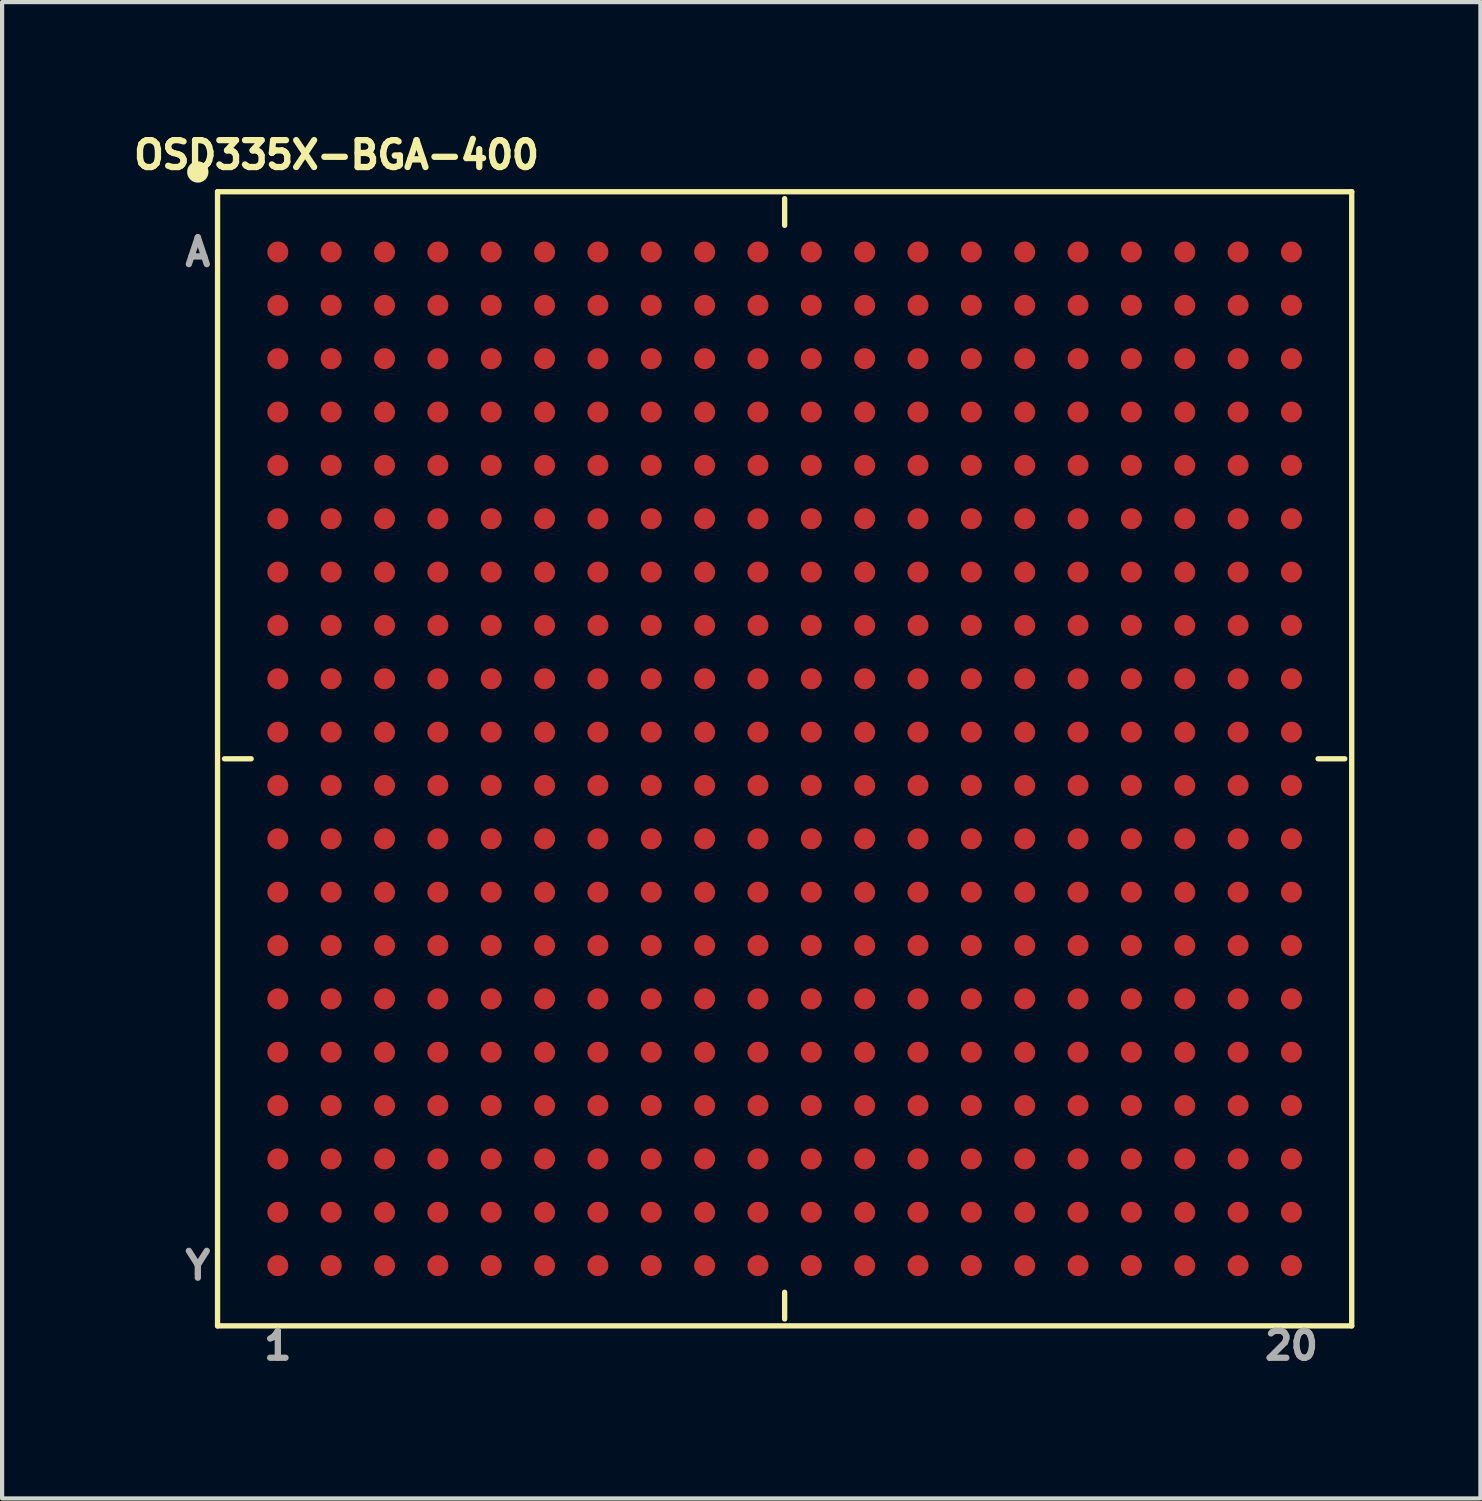
<source format=kicad_pcb>
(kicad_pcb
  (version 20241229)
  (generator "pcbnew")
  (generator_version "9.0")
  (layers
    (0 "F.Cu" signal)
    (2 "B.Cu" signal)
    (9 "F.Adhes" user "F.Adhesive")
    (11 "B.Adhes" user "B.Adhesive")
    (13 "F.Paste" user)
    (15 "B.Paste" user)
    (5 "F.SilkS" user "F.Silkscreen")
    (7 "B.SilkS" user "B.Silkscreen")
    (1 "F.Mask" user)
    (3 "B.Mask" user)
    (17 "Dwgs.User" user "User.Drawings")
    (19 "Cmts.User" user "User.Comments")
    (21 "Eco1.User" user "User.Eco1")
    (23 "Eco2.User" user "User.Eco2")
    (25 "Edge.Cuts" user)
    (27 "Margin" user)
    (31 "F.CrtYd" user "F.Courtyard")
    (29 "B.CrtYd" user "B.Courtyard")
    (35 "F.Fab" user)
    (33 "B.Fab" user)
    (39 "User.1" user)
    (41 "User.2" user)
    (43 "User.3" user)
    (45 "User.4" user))
  (footprint "OSD335X-BGA-400"
    (layer "F.Cu")
    (at 15.629 15.014)
    (property "Reference" "OSD335X-BGA-400" (at -10.668 -14.376 0) (layer "F.SilkS") (effects (font (size 0.64 0.64) (thickness 0.15))))
    (attr through_hole)
    (fp_line (start -13.5 -13.5) (end -13.5 13.5) (stroke (width 0.127) (type solid)) (layer "F.SilkS"))
    (fp_line (start -13.5 13.5) (end 13.5 13.5) (stroke (width 0.127) (type solid)) (layer "F.SilkS"))
    (fp_line (start -12.7 0) (end -13.335 0) (stroke (width 0.127) (type solid)) (layer "F.SilkS"))
    (fp_line (start 0 -13.335) (end 0 -12.7) (stroke (width 0.127) (type solid)) (layer "F.SilkS"))
    (fp_line (start 0 12.7) (end 0 13.335) (stroke (width 0.127) (type solid)) (layer "F.SilkS"))
    (fp_line (start 12.7 0) (end 13.335 0) (stroke (width 0.127) (type solid)) (layer "F.SilkS"))
    (fp_line (start 13.5 -13.5) (end -13.5 -13.5) (stroke (width 0.127) (type solid)) (layer "F.SilkS"))
    (fp_line (start 13.5 13.5) (end 13.5 -13.5) (stroke (width 0.127) (type solid)) (layer "F.SilkS"))
    (fp_circle (center -13.97 -13.97) (end -13.843 -13.97) (stroke (width 0.254) (type solid)) (fill no) (layer "F.SilkS"))
    (fp_text user "20" (at 12.065 13.97 0) (layer "F.Fab") (effects (font (size 0.64 0.64) (thickness 0.15))))
    (fp_text user "A" (at -13.97 -12.065 0) (layer "F.Fab") (effects (font (size 0.64 0.64) (thickness 0.15))))
    (fp_text user "Y" (at -13.97 12.065 0) (layer "F.Fab") (effects (font (size 0.64 0.64) (thickness 0.15))))
    (fp_text user "1" (at -12.065 13.97 0) (layer "F.Fab") (effects (font (size 0.64 0.64) (thickness 0.15))))
    (pad "A1" smd circle (at -12.065 -12.065 270) (size 0.5 0.5) (layers "F.Cu" "F.Mask" "F.Paste"))
    (pad "A2" smd circle (at -10.795 -12.065) (size 0.5 0.5) (layers "F.Cu" "F.Mask" "F.Paste"))
    (pad "A3" smd circle (at -9.525 -12.065) (size 0.5 0.5) (layers "F.Cu" "F.Mask" "F.Paste"))
    (pad "A4" smd circle (at -8.255 -12.065) (size 0.5 0.5) (layers "F.Cu" "F.Mask" "F.Paste"))
    (pad "A5" smd circle (at -6.985 -12.065) (size 0.5 0.5) (layers "F.Cu" "F.Mask" "F.Paste"))
    (pad "A6" smd circle (at -5.715 -12.065) (size 0.5 0.5) (layers "F.Cu" "F.Mask" "F.Paste"))
    (pad "A7" smd circle (at -4.445 -12.065) (size 0.5 0.5) (layers "F.Cu" "F.Mask" "F.Paste"))
    (pad "A8" smd circle (at -3.175 -12.065) (size 0.5 0.5) (layers "F.Cu" "F.Mask" "F.Paste"))
    (pad "A9" smd circle (at -1.905 -12.065) (size 0.5 0.5) (layers "F.Cu" "F.Mask" "F.Paste"))
    (pad "A10" smd circle (at -0.635 -12.065) (size 0.5 0.5) (layers "F.Cu" "F.Mask" "F.Paste"))
    (pad "A11" smd circle (at 0.635 -12.065) (size 0.5 0.5) (layers "F.Cu" "F.Mask" "F.Paste"))
    (pad "A12" smd circle (at 1.905 -12.065) (size 0.5 0.5) (layers "F.Cu" "F.Mask" "F.Paste"))
    (pad "A13" smd circle (at 3.175 -12.065) (size 0.5 0.5) (layers "F.Cu" "F.Mask" "F.Paste"))
    (pad "A14" smd circle (at 4.445 -12.065) (size 0.5 0.5) (layers "F.Cu" "F.Mask" "F.Paste"))
    (pad "A15" smd circle (at 5.715 -12.065) (size 0.5 0.5) (layers "F.Cu" "F.Mask" "F.Paste"))
    (pad "A16" smd circle (at 6.985 -12.065) (size 0.5 0.5) (layers "F.Cu" "F.Mask" "F.Paste"))
    (pad "A17" smd circle (at 8.255 -12.065) (size 0.5 0.5) (layers "F.Cu" "F.Mask" "F.Paste"))
    (pad "A18" smd circle (at 9.525 -12.065) (size 0.5 0.5) (layers "F.Cu" "F.Mask" "F.Paste"))
    (pad "A19" smd circle (at 10.795 -12.065) (size 0.5 0.5) (layers "F.Cu" "F.Mask" "F.Paste"))
    (pad "A20" smd circle (at 12.065 -12.065) (size 0.5 0.5) (layers "F.Cu" "F.Mask" "F.Paste"))
    (pad "B1" smd circle (at -12.065 -10.795) (size 0.5 0.5) (layers "F.Cu" "F.Mask" "F.Paste"))
    (pad "B2" smd circle (at -10.795 -10.795) (size 0.5 0.5) (layers "F.Cu" "F.Mask" "F.Paste"))
    (pad "B3" smd circle (at -9.525 -10.795) (size 0.5 0.5) (layers "F.Cu" "F.Mask" "F.Paste"))
    (pad "B4" smd circle (at -8.255 -10.795) (size 0.5 0.5) (layers "F.Cu" "F.Mask" "F.Paste"))
    (pad "B5" smd circle (at -6.985 -10.795) (size 0.5 0.5) (layers "F.Cu" "F.Mask" "F.Paste"))
    (pad "B6" smd circle (at -5.715 -10.795) (size 0.5 0.5) (layers "F.Cu" "F.Mask" "F.Paste"))
    (pad "B7" smd circle (at -4.445 -10.795) (size 0.5 0.5) (layers "F.Cu" "F.Mask" "F.Paste"))
    (pad "B8" smd circle (at -3.175 -10.795) (size 0.5 0.5) (layers "F.Cu" "F.Mask" "F.Paste"))
    (pad "B9" smd circle (at -1.905 -10.795) (size 0.5 0.5) (layers "F.Cu" "F.Mask" "F.Paste"))
    (pad "B10" smd circle (at -0.635 -10.795) (size 0.5 0.5) (layers "F.Cu" "F.Mask" "F.Paste"))
    (pad "B11" smd circle (at 0.635 -10.795) (size 0.5 0.5) (layers "F.Cu" "F.Mask" "F.Paste"))
    (pad "B12" smd circle (at 1.905 -10.795) (size 0.5 0.5) (layers "F.Cu" "F.Mask" "F.Paste"))
    (pad "B13" smd circle (at 3.175 -10.795) (size 0.5 0.5) (layers "F.Cu" "F.Mask" "F.Paste"))
    (pad "B14" smd circle (at 4.445 -10.795) (size 0.5 0.5) (layers "F.Cu" "F.Mask" "F.Paste"))
    (pad "B15" smd circle (at 5.715 -10.795) (size 0.5 0.5) (layers "F.Cu" "F.Mask" "F.Paste"))
    (pad "B16" smd circle (at 6.985 -10.795) (size 0.5 0.5) (layers "F.Cu" "F.Mask" "F.Paste"))
    (pad "B17" smd circle (at 8.255 -10.795) (size 0.5 0.5) (layers "F.Cu" "F.Mask" "F.Paste"))
    (pad "B18" smd circle (at 9.525 -10.795) (size 0.5 0.5) (layers "F.Cu" "F.Mask" "F.Paste"))
    (pad "B19" smd circle (at 10.795 -10.795) (size 0.5 0.5) (layers "F.Cu" "F.Mask" "F.Paste"))
    (pad "B20" smd circle (at 12.065 -10.795) (size 0.5 0.5) (layers "F.Cu" "F.Mask" "F.Paste"))
    (pad "C1" smd circle (at -12.065 -9.525) (size 0.5 0.5) (layers "F.Cu" "F.Mask" "F.Paste"))
    (pad "C2" smd circle (at -10.795 -9.525) (size 0.5 0.5) (layers "F.Cu" "F.Mask" "F.Paste"))
    (pad "C3" smd circle (at -9.525 -9.525) (size 0.5 0.5) (layers "F.Cu" "F.Mask" "F.Paste"))
    (pad "C4" smd circle (at -8.255 -9.525) (size 0.5 0.5) (layers "F.Cu" "F.Mask" "F.Paste"))
    (pad "C5" smd circle (at -6.985 -9.525) (size 0.5 0.5) (layers "F.Cu" "F.Mask" "F.Paste"))
    (pad "C6" smd circle (at -5.715 -9.525) (size 0.5 0.5) (layers "F.Cu" "F.Mask" "F.Paste"))
    (pad "C7" smd circle (at -4.445 -9.525) (size 0.5 0.5) (layers "F.Cu" "F.Mask" "F.Paste"))
    (pad "C8" smd circle (at -3.175 -9.525) (size 0.5 0.5) (layers "F.Cu" "F.Mask" "F.Paste"))
    (pad "C9" smd circle (at -1.905 -9.525) (size 0.5 0.5) (layers "F.Cu" "F.Mask" "F.Paste"))
    (pad "C10" smd circle (at -0.635 -9.525) (size 0.5 0.5) (layers "F.Cu" "F.Mask" "F.Paste"))
    (pad "C11" smd circle (at 0.635 -9.525) (size 0.5 0.5) (layers "F.Cu" "F.Mask" "F.Paste"))
    (pad "C12" smd circle (at 1.905 -9.525) (size 0.5 0.5) (layers "F.Cu" "F.Mask" "F.Paste"))
    (pad "C13" smd circle (at 3.175 -9.525) (size 0.5 0.5) (layers "F.Cu" "F.Mask" "F.Paste"))
    (pad "C14" smd circle (at 4.445 -9.525) (size 0.5 0.5) (layers "F.Cu" "F.Mask" "F.Paste"))
    (pad "C15" smd circle (at 5.715 -9.525) (size 0.5 0.5) (layers "F.Cu" "F.Mask" "F.Paste"))
    (pad "C16" smd circle (at 6.985 -9.525) (size 0.5 0.5) (layers "F.Cu" "F.Mask" "F.Paste"))
    (pad "C17" smd circle (at 8.255 -9.525) (size 0.5 0.5) (layers "F.Cu" "F.Mask" "F.Paste"))
    (pad "C18" smd circle (at 9.525 -9.525) (size 0.5 0.5) (layers "F.Cu" "F.Mask" "F.Paste"))
    (pad "C19" smd circle (at 10.795 -9.525) (size 0.5 0.5) (layers "F.Cu" "F.Mask" "F.Paste"))
    (pad "C20" smd circle (at 12.065 -9.525) (size 0.5 0.5) (layers "F.Cu" "F.Mask" "F.Paste"))
    (pad "D1" smd circle (at -12.065 -8.255) (size 0.5 0.5) (layers "F.Cu" "F.Mask" "F.Paste"))
    (pad "D2" smd circle (at -10.795 -8.255) (size 0.5 0.5) (layers "F.Cu" "F.Mask" "F.Paste"))
    (pad "D3" smd circle (at -9.525 -8.255) (size 0.5 0.5) (layers "F.Cu" "F.Mask" "F.Paste"))
    (pad "D4" smd circle (at -8.255 -8.255) (size 0.5 0.5) (layers "F.Cu" "F.Mask" "F.Paste"))
    (pad "D5" smd circle (at -6.985 -8.255) (size 0.5 0.5) (layers "F.Cu" "F.Mask" "F.Paste"))
    (pad "D6" smd circle (at -5.715 -8.255) (size 0.5 0.5) (layers "F.Cu" "F.Mask" "F.Paste"))
    (pad "D7" smd circle (at -4.445 -8.255) (size 0.5 0.5) (layers "F.Cu" "F.Mask" "F.Paste"))
    (pad "D8" smd circle (at -3.175 -8.255) (size 0.5 0.5) (layers "F.Cu" "F.Mask" "F.Paste"))
    (pad "D9" smd circle (at -1.905 -8.255) (size 0.5 0.5) (layers "F.Cu" "F.Mask" "F.Paste"))
    (pad "D10" smd circle (at -0.635 -8.255) (size 0.5 0.5) (layers "F.Cu" "F.Mask" "F.Paste"))
    (pad "D11" smd circle (at 0.635 -8.255) (size 0.5 0.5) (layers "F.Cu" "F.Mask" "F.Paste"))
    (pad "D12" smd circle (at 1.905 -8.255) (size 0.5 0.5) (layers "F.Cu" "F.Mask" "F.Paste"))
    (pad "D13" smd circle (at 3.175 -8.255) (size 0.5 0.5) (layers "F.Cu" "F.Mask" "F.Paste"))
    (pad "D14" smd circle (at 4.445 -8.255) (size 0.5 0.5) (layers "F.Cu" "F.Mask" "F.Paste"))
    (pad "D15" smd circle (at 5.715 -8.255) (size 0.5 0.5) (layers "F.Cu" "F.Mask" "F.Paste"))
    (pad "D16" smd circle (at 6.985 -8.255) (size 0.5 0.5) (layers "F.Cu" "F.Mask" "F.Paste"))
    (pad "D17" smd circle (at 8.255 -8.255) (size 0.5 0.5) (layers "F.Cu" "F.Mask" "F.Paste"))
    (pad "D18" smd circle (at 9.525 -8.255) (size 0.5 0.5) (layers "F.Cu" "F.Mask" "F.Paste"))
    (pad "D19" smd circle (at 10.795 -8.255) (size 0.5 0.5) (layers "F.Cu" "F.Mask" "F.Paste"))
    (pad "D20" smd circle (at 12.065 -8.255) (size 0.5 0.5) (layers "F.Cu" "F.Mask" "F.Paste"))
    (pad "E1" smd circle (at -12.065 -6.985 270) (size 0.5 0.5) (layers "F.Cu" "F.Mask" "F.Paste"))
    (pad "E2" smd circle (at -10.795 -6.985 270) (size 0.5 0.5) (layers "F.Cu" "F.Mask" "F.Paste"))
    (pad "E3" smd circle (at -9.525 -6.985 270) (size 0.5 0.5) (layers "F.Cu" "F.Mask" "F.Paste"))
    (pad "E4" smd circle (at -8.255 -6.985 270) (size 0.5 0.5) (layers "F.Cu" "F.Mask" "F.Paste"))
    (pad "E5" smd circle (at -6.985 -6.985 270) (size 0.5 0.5) (layers "F.Cu" "F.Mask" "F.Paste"))
    (pad "E6" smd circle (at -5.715 -6.985 270) (size 0.5 0.5) (layers "F.Cu" "F.Mask" "F.Paste"))
    (pad "E7" smd circle (at -4.445 -6.985 270) (size 0.5 0.5) (layers "F.Cu" "F.Mask" "F.Paste"))
    (pad "E8" smd circle (at -3.175 -6.985 270) (size 0.5 0.5) (layers "F.Cu" "F.Mask" "F.Paste"))
    (pad "E9" smd circle (at -1.905 -6.985 270) (size 0.5 0.5) (layers "F.Cu" "F.Mask" "F.Paste"))
    (pad "E10" smd circle (at -0.635 -6.985 270) (size 0.5 0.5) (layers "F.Cu" "F.Mask" "F.Paste"))
    (pad "E11" smd circle (at 0.635 -6.985 270) (size 0.5 0.5) (layers "F.Cu" "F.Mask" "F.Paste"))
    (pad "E12" smd circle (at 1.905 -6.985 270) (size 0.5 0.5) (layers "F.Cu" "F.Mask" "F.Paste"))
    (pad "E13" smd circle (at 3.175 -6.985 270) (size 0.5 0.5) (layers "F.Cu" "F.Mask" "F.Paste"))
    (pad "E14" smd circle (at 4.445 -6.985 270) (size 0.5 0.5) (layers "F.Cu" "F.Mask" "F.Paste"))
    (pad "E15" smd circle (at 5.715 -6.985 270) (size 0.5 0.5) (layers "F.Cu" "F.Mask" "F.Paste"))
    (pad "E16" smd circle (at 6.985 -6.985 270) (size 0.5 0.5) (layers "F.Cu" "F.Mask" "F.Paste"))
    (pad "E17" smd circle (at 8.255 -6.985 270) (size 0.5 0.5) (layers "F.Cu" "F.Mask" "F.Paste"))
    (pad "E18" smd circle (at 9.525 -6.985 270) (size 0.5 0.5) (layers "F.Cu" "F.Mask" "F.Paste"))
    (pad "E19" smd circle (at 10.795 -6.985 270) (size 0.5 0.5) (layers "F.Cu" "F.Mask" "F.Paste"))
    (pad "E20" smd circle (at 12.065 -6.985 270) (size 0.5 0.5) (layers "F.Cu" "F.Mask" "F.Paste"))
    (pad "F1" smd circle (at -12.065 -5.715 270) (size 0.5 0.5) (layers "F.Cu" "F.Mask" "F.Paste"))
    (pad "F2" smd circle (at -10.795 -5.715 270) (size 0.5 0.5) (layers "F.Cu" "F.Mask" "F.Paste"))
    (pad "F3" smd circle (at -9.525 -5.715 270) (size 0.5 0.5) (layers "F.Cu" "F.Mask" "F.Paste"))
    (pad "F4" smd circle (at -8.255 -5.715 270) (size 0.5 0.5) (layers "F.Cu" "F.Mask" "F.Paste"))
    (pad "F5" smd circle (at -6.985 -5.715 270) (size 0.5 0.5) (layers "F.Cu" "F.Mask" "F.Paste"))
    (pad "F6" smd circle (at -5.715 -5.715 270) (size 0.5 0.5) (layers "F.Cu" "F.Mask" "F.Paste"))
    (pad "F7" smd circle (at -4.445 -5.715 270) (size 0.5 0.5) (layers "F.Cu" "F.Mask" "F.Paste"))
    (pad "F8" smd circle (at -3.175 -5.715 270) (size 0.5 0.5) (layers "F.Cu" "F.Mask" "F.Paste"))
    (pad "F9" smd circle (at -1.905 -5.715 270) (size 0.5 0.5) (layers "F.Cu" "F.Mask" "F.Paste"))
    (pad "F10" smd circle (at -0.635 -5.715 270) (size 0.5 0.5) (layers "F.Cu" "F.Mask" "F.Paste"))
    (pad "F11" smd circle (at 0.635 -5.715 270) (size 0.5 0.5) (layers "F.Cu" "F.Mask" "F.Paste"))
    (pad "F12" smd circle (at 1.905 -5.715 270) (size 0.5 0.5) (layers "F.Cu" "F.Mask" "F.Paste"))
    (pad "F13" smd circle (at 3.175 -5.715 270) (size 0.5 0.5) (layers "F.Cu" "F.Mask" "F.Paste"))
    (pad "F14" smd circle (at 4.445 -5.715 270) (size 0.5 0.5) (layers "F.Cu" "F.Mask" "F.Paste"))
    (pad "F15" smd circle (at 5.715 -5.715 270) (size 0.5 0.5) (layers "F.Cu" "F.Mask" "F.Paste"))
    (pad "F16" smd circle (at 6.985 -5.715 270) (size 0.5 0.5) (layers "F.Cu" "F.Mask" "F.Paste"))
    (pad "F17" smd circle (at 8.255 -5.715 270) (size 0.5 0.5) (layers "F.Cu" "F.Mask" "F.Paste"))
    (pad "F18" smd circle (at 9.525 -5.715 270) (size 0.5 0.5) (layers "F.Cu" "F.Mask" "F.Paste"))
    (pad "F19" smd circle (at 10.795 -5.715 270) (size 0.5 0.5) (layers "F.Cu" "F.Mask" "F.Paste"))
    (pad "F20" smd circle (at 12.065 -5.715 270) (size 0.5 0.5) (layers "F.Cu" "F.Mask" "F.Paste"))
    (pad "G1" smd circle (at -12.065 -4.445 270) (size 0.5 0.5) (layers "F.Cu" "F.Mask" "F.Paste"))
    (pad "G2" smd circle (at -10.795 -4.445 270) (size 0.5 0.5) (layers "F.Cu" "F.Mask" "F.Paste"))
    (pad "G3" smd circle (at -9.525 -4.445 270) (size 0.5 0.5) (layers "F.Cu" "F.Mask" "F.Paste"))
    (pad "G4" smd circle (at -8.255 -4.445 270) (size 0.5 0.5) (layers "F.Cu" "F.Mask" "F.Paste"))
    (pad "G5" smd circle (at -6.985 -4.445 270) (size 0.5 0.5) (layers "F.Cu" "F.Mask" "F.Paste"))
    (pad "G6" smd circle (at -5.715 -4.445 270) (size 0.5 0.5) (layers "F.Cu" "F.Mask" "F.Paste"))
    (pad "G7" smd circle (at -4.445 -4.445 270) (size 0.5 0.5) (layers "F.Cu" "F.Mask" "F.Paste"))
    (pad "G8" smd circle (at -3.175 -4.445 270) (size 0.5 0.5) (layers "F.Cu" "F.Mask" "F.Paste"))
    (pad "G9" smd circle (at -1.905 -4.445 270) (size 0.5 0.5) (layers "F.Cu" "F.Mask" "F.Paste"))
    (pad "G10" smd circle (at -0.635 -4.445 270) (size 0.5 0.5) (layers "F.Cu" "F.Mask" "F.Paste"))
    (pad "G11" smd circle (at 0.635 -4.445 270) (size 0.5 0.5) (layers "F.Cu" "F.Mask" "F.Paste"))
    (pad "G12" smd circle (at 1.905 -4.445 270) (size 0.5 0.5) (layers "F.Cu" "F.Mask" "F.Paste"))
    (pad "G13" smd circle (at 3.175 -4.445 270) (size 0.5 0.5) (layers "F.Cu" "F.Mask" "F.Paste"))
    (pad "G14" smd circle (at 4.445 -4.445 270) (size 0.5 0.5) (layers "F.Cu" "F.Mask" "F.Paste"))
    (pad "G15" smd circle (at 5.715 -4.445 270) (size 0.5 0.5) (layers "F.Cu" "F.Mask" "F.Paste"))
    (pad "G16" smd circle (at 6.985 -4.445 270) (size 0.5 0.5) (layers "F.Cu" "F.Mask" "F.Paste"))
    (pad "G17" smd circle (at 8.255 -4.445 270) (size 0.5 0.5) (layers "F.Cu" "F.Mask" "F.Paste"))
    (pad "G18" smd circle (at 9.525 -4.445 270) (size 0.5 0.5) (layers "F.Cu" "F.Mask" "F.Paste"))
    (pad "G19" smd circle (at 10.795 -4.445 270) (size 0.5 0.5) (layers "F.Cu" "F.Mask" "F.Paste"))
    (pad "G20" smd circle (at 12.065 -4.445 270) (size 0.5 0.5) (layers "F.Cu" "F.Mask" "F.Paste"))
    (pad "H1" smd circle (at -12.065 -3.175 270) (size 0.5 0.5) (layers "F.Cu" "F.Mask" "F.Paste"))
    (pad "H2" smd circle (at -10.795 -3.175 270) (size 0.5 0.5) (layers "F.Cu" "F.Mask" "F.Paste"))
    (pad "H3" smd circle (at -9.525 -3.175 270) (size 0.5 0.5) (layers "F.Cu" "F.Mask" "F.Paste"))
    (pad "H4" smd circle (at -8.255 -3.175 270) (size 0.5 0.5) (layers "F.Cu" "F.Mask" "F.Paste"))
    (pad "H5" smd circle (at -6.985 -3.175 270) (size 0.5 0.5) (layers "F.Cu" "F.Mask" "F.Paste"))
    (pad "H6" smd circle (at -5.715 -3.175 270) (size 0.5 0.5) (layers "F.Cu" "F.Mask" "F.Paste"))
    (pad "H7" smd circle (at -4.445 -3.175 270) (size 0.5 0.5) (layers "F.Cu" "F.Mask" "F.Paste"))
    (pad "H8" smd circle (at -3.175 -3.175 270) (size 0.5 0.5) (layers "F.Cu" "F.Mask" "F.Paste"))
    (pad "H9" smd circle (at -1.905 -3.175 270) (size 0.5 0.5) (layers "F.Cu" "F.Mask" "F.Paste"))
    (pad "H10" smd circle (at -0.635 -3.175 270) (size 0.5 0.5) (layers "F.Cu" "F.Mask" "F.Paste"))
    (pad "H11" smd circle (at 0.635 -3.175 270) (size 0.5 0.5) (layers "F.Cu" "F.Mask" "F.Paste"))
    (pad "H12" smd circle (at 1.905 -3.175 270) (size 0.5 0.5) (layers "F.Cu" "F.Mask" "F.Paste"))
    (pad "H13" smd circle (at 3.175 -3.175 270) (size 0.5 0.5) (layers "F.Cu" "F.Mask" "F.Paste"))
    (pad "H14" smd circle (at 4.445 -3.175 270) (size 0.5 0.5) (layers "F.Cu" "F.Mask" "F.Paste"))
    (pad "H15" smd circle (at 5.715 -3.175 270) (size 0.5 0.5) (layers "F.Cu" "F.Mask" "F.Paste"))
    (pad "H16" smd circle (at 6.985 -3.175 270) (size 0.5 0.5) (layers "F.Cu" "F.Mask" "F.Paste"))
    (pad "H17" smd circle (at 8.255 -3.175 270) (size 0.5 0.5) (layers "F.Cu" "F.Mask" "F.Paste"))
    (pad "H18" smd circle (at 9.525 -3.175 270) (size 0.5 0.5) (layers "F.Cu" "F.Mask" "F.Paste"))
    (pad "H19" smd circle (at 10.795 -3.175 270) (size 0.5 0.5) (layers "F.Cu" "F.Mask" "F.Paste"))
    (pad "H20" smd circle (at 12.065 -3.175 270) (size 0.5 0.5) (layers "F.Cu" "F.Mask" "F.Paste"))
    (pad "J1" smd circle (at -12.065 -1.905 270) (size 0.5 0.5) (layers "F.Cu" "F.Mask" "F.Paste"))
    (pad "J2" smd circle (at -10.795 -1.905 270) (size 0.5 0.5) (layers "F.Cu" "F.Mask" "F.Paste"))
    (pad "J3" smd circle (at -9.525 -1.905 270) (size 0.5 0.5) (layers "F.Cu" "F.Mask" "F.Paste"))
    (pad "J4" smd circle (at -8.255 -1.905 270) (size 0.5 0.5) (layers "F.Cu" "F.Mask" "F.Paste"))
    (pad "J5" smd circle (at -6.985 -1.905 270) (size 0.5 0.5) (layers "F.Cu" "F.Mask" "F.Paste"))
    (pad "J6" smd circle (at -5.715 -1.905 270) (size 0.5 0.5) (layers "F.Cu" "F.Mask" "F.Paste"))
    (pad "J7" smd circle (at -4.445 -1.905 270) (size 0.5 0.5) (layers "F.Cu" "F.Mask" "F.Paste"))
    (pad "J8" smd circle (at -3.175 -1.905 270) (size 0.5 0.5) (layers "F.Cu" "F.Mask" "F.Paste"))
    (pad "J9" smd circle (at -1.905 -1.905 270) (size 0.5 0.5) (layers "F.Cu" "F.Mask" "F.Paste"))
    (pad "J10" smd circle (at -0.635 -1.905 270) (size 0.5 0.5) (layers "F.Cu" "F.Mask" "F.Paste"))
    (pad "J11" smd circle (at 0.635 -1.905 270) (size 0.5 0.5) (layers "F.Cu" "F.Mask" "F.Paste"))
    (pad "J12" smd circle (at 1.905 -1.905 270) (size 0.5 0.5) (layers "F.Cu" "F.Mask" "F.Paste"))
    (pad "J13" smd circle (at 3.175 -1.905 270) (size 0.5 0.5) (layers "F.Cu" "F.Mask" "F.Paste"))
    (pad "J14" smd circle (at 4.445 -1.905 270) (size 0.5 0.5) (layers "F.Cu" "F.Mask" "F.Paste"))
    (pad "J15" smd circle (at 5.715 -1.905 270) (size 0.5 0.5) (layers "F.Cu" "F.Mask" "F.Paste"))
    (pad "J16" smd circle (at 6.985 -1.905 270) (size 0.5 0.5) (layers "F.Cu" "F.Mask" "F.Paste"))
    (pad "J17" smd circle (at 8.255 -1.905 270) (size 0.5 0.5) (layers "F.Cu" "F.Mask" "F.Paste"))
    (pad "J18" smd circle (at 9.525 -1.905 270) (size 0.5 0.5) (layers "F.Cu" "F.Mask" "F.Paste"))
    (pad "J19" smd circle (at 10.795 -1.905 270) (size 0.5 0.5) (layers "F.Cu" "F.Mask" "F.Paste"))
    (pad "J20" smd circle (at 12.065 -1.905 270) (size 0.5 0.5) (layers "F.Cu" "F.Mask" "F.Paste"))
    (pad "K1" smd circle (at -12.065 -0.635 270) (size 0.5 0.5) (layers "F.Cu" "F.Mask" "F.Paste"))
    (pad "K2" smd circle (at -10.795 -0.635 270) (size 0.5 0.5) (layers "F.Cu" "F.Mask" "F.Paste"))
    (pad "K3" smd circle (at -9.525 -0.635 270) (size 0.5 0.5) (layers "F.Cu" "F.Mask" "F.Paste"))
    (pad "K4" smd circle (at -8.255 -0.635 270) (size 0.5 0.5) (layers "F.Cu" "F.Mask" "F.Paste"))
    (pad "K5" smd circle (at -6.985 -0.635 270) (size 0.5 0.5) (layers "F.Cu" "F.Mask" "F.Paste"))
    (pad "K6" smd circle (at -5.715 -0.635 270) (size 0.5 0.5) (layers "F.Cu" "F.Mask" "F.Paste"))
    (pad "K7" smd circle (at -4.445 -0.635 270) (size 0.5 0.5) (layers "F.Cu" "F.Mask" "F.Paste"))
    (pad "K8" smd circle (at -3.175 -0.635 270) (size 0.5 0.5) (layers "F.Cu" "F.Mask" "F.Paste"))
    (pad "K9" smd circle (at -1.905 -0.635 270) (size 0.5 0.5) (layers "F.Cu" "F.Mask" "F.Paste"))
    (pad "K10" smd circle (at -0.635 -0.635 270) (size 0.5 0.5) (layers "F.Cu" "F.Mask" "F.Paste"))
    (pad "K11" smd circle (at 0.635 -0.635 270) (size 0.5 0.5) (layers "F.Cu" "F.Mask" "F.Paste"))
    (pad "K12" smd circle (at 1.905 -0.635 270) (size 0.5 0.5) (layers "F.Cu" "F.Mask" "F.Paste"))
    (pad "K13" smd circle (at 3.175 -0.635 270) (size 0.5 0.5) (layers "F.Cu" "F.Mask" "F.Paste"))
    (pad "K14" smd circle (at 4.445 -0.635 270) (size 0.5 0.5) (layers "F.Cu" "F.Mask" "F.Paste"))
    (pad "K15" smd circle (at 5.715 -0.635 270) (size 0.5 0.5) (layers "F.Cu" "F.Mask" "F.Paste"))
    (pad "K16" smd circle (at 6.985 -0.635 270) (size 0.5 0.5) (layers "F.Cu" "F.Mask" "F.Paste"))
    (pad "K17" smd circle (at 8.255 -0.635 270) (size 0.5 0.5) (layers "F.Cu" "F.Mask" "F.Paste"))
    (pad "K18" smd circle (at 9.525 -0.635 270) (size 0.5 0.5) (layers "F.Cu" "F.Mask" "F.Paste"))
    (pad "K19" smd circle (at 10.795 -0.635 270) (size 0.5 0.5) (layers "F.Cu" "F.Mask" "F.Paste"))
    (pad "K20" smd circle (at 12.065 -0.635 270) (size 0.5 0.5) (layers "F.Cu" "F.Mask" "F.Paste"))
    (pad "L1" smd circle (at -12.065 0.635 270) (size 0.5 0.5) (layers "F.Cu" "F.Mask" "F.Paste"))
    (pad "L2" smd circle (at -10.795 0.635 270) (size 0.5 0.5) (layers "F.Cu" "F.Mask" "F.Paste"))
    (pad "L3" smd circle (at -9.525 0.635 270) (size 0.5 0.5) (layers "F.Cu" "F.Mask" "F.Paste"))
    (pad "L4" smd circle (at -8.255 0.635 270) (size 0.5 0.5) (layers "F.Cu" "F.Mask" "F.Paste"))
    (pad "L5" smd circle (at -6.985 0.635 270) (size 0.5 0.5) (layers "F.Cu" "F.Mask" "F.Paste"))
    (pad "L6" smd circle (at -5.715 0.635 270) (size 0.5 0.5) (layers "F.Cu" "F.Mask" "F.Paste"))
    (pad "L7" smd circle (at -4.445 0.635 270) (size 0.5 0.5) (layers "F.Cu" "F.Mask" "F.Paste"))
    (pad "L8" smd circle (at -3.175 0.635 270) (size 0.5 0.5) (layers "F.Cu" "F.Mask" "F.Paste"))
    (pad "L9" smd circle (at -1.905 0.635 270) (size 0.5 0.5) (layers "F.Cu" "F.Mask" "F.Paste"))
    (pad "L10" smd circle (at -0.635 0.635 270) (size 0.5 0.5) (layers "F.Cu" "F.Mask" "F.Paste"))
    (pad "L11" smd circle (at 0.635 0.635 270) (size 0.5 0.5) (layers "F.Cu" "F.Mask" "F.Paste"))
    (pad "L12" smd circle (at 1.905 0.635 270) (size 0.5 0.5) (layers "F.Cu" "F.Mask" "F.Paste"))
    (pad "L13" smd circle (at 3.175 0.635 270) (size 0.5 0.5) (layers "F.Cu" "F.Mask" "F.Paste"))
    (pad "L14" smd circle (at 4.445 0.635 270) (size 0.5 0.5) (layers "F.Cu" "F.Mask" "F.Paste"))
    (pad "L15" smd circle (at 5.715 0.635 270) (size 0.5 0.5) (layers "F.Cu" "F.Mask" "F.Paste"))
    (pad "L16" smd circle (at 6.985 0.635 270) (size 0.5 0.5) (layers "F.Cu" "F.Mask" "F.Paste"))
    (pad "L17" smd circle (at 8.255 0.635 270) (size 0.5 0.5) (layers "F.Cu" "F.Mask" "F.Paste"))
    (pad "L18" smd circle (at 9.525 0.635 270) (size 0.5 0.5) (layers "F.Cu" "F.Mask" "F.Paste"))
    (pad "L19" smd circle (at 10.795 0.635 270) (size 0.5 0.5) (layers "F.Cu" "F.Mask" "F.Paste"))
    (pad "L20" smd circle (at 12.065 0.635 270) (size 0.5 0.5) (layers "F.Cu" "F.Mask" "F.Paste"))
    (pad "M1" smd circle (at -12.065 1.905 270) (size 0.5 0.5) (layers "F.Cu" "F.Mask" "F.Paste"))
    (pad "M2" smd circle (at -10.795 1.905 270) (size 0.5 0.5) (layers "F.Cu" "F.Mask" "F.Paste"))
    (pad "M3" smd circle (at -9.525 1.905 270) (size 0.5 0.5) (layers "F.Cu" "F.Mask" "F.Paste"))
    (pad "M4" smd circle (at -8.255 1.905 270) (size 0.5 0.5) (layers "F.Cu" "F.Mask" "F.Paste"))
    (pad "M5" smd circle (at -6.985 1.905 270) (size 0.5 0.5) (layers "F.Cu" "F.Mask" "F.Paste"))
    (pad "M6" smd circle (at -5.715 1.905 270) (size 0.5 0.5) (layers "F.Cu" "F.Mask" "F.Paste"))
    (pad "M7" smd circle (at -4.445 1.905 270) (size 0.5 0.5) (layers "F.Cu" "F.Mask" "F.Paste"))
    (pad "M8" smd circle (at -3.175 1.905 270) (size 0.5 0.5) (layers "F.Cu" "F.Mask" "F.Paste"))
    (pad "M9" smd circle (at -1.905 1.905 270) (size 0.5 0.5) (layers "F.Cu" "F.Mask" "F.Paste"))
    (pad "M10" smd circle (at -0.635 1.905 270) (size 0.5 0.5) (layers "F.Cu" "F.Mask" "F.Paste"))
    (pad "M11" smd circle (at 0.635 1.905 270) (size 0.5 0.5) (layers "F.Cu" "F.Mask" "F.Paste"))
    (pad "M12" smd circle (at 1.905 1.905 270) (size 0.5 0.5) (layers "F.Cu" "F.Mask" "F.Paste"))
    (pad "M13" smd circle (at 3.175 1.905 270) (size 0.5 0.5) (layers "F.Cu" "F.Mask" "F.Paste"))
    (pad "M14" smd circle (at 4.445 1.905 270) (size 0.5 0.5) (layers "F.Cu" "F.Mask" "F.Paste"))
    (pad "M15" smd circle (at 5.715 1.905 270) (size 0.5 0.5) (layers "F.Cu" "F.Mask" "F.Paste"))
    (pad "M16" smd circle (at 6.985 1.905 270) (size 0.5 0.5) (layers "F.Cu" "F.Mask" "F.Paste"))
    (pad "M17" smd circle (at 8.255 1.905 270) (size 0.5 0.5) (layers "F.Cu" "F.Mask" "F.Paste"))
    (pad "M18" smd circle (at 9.525 1.905 270) (size 0.5 0.5) (layers "F.Cu" "F.Mask" "F.Paste"))
    (pad "M19" smd circle (at 10.795 1.905 270) (size 0.5 0.5) (layers "F.Cu" "F.Mask" "F.Paste"))
    (pad "M20" smd circle (at 12.065 1.905 270) (size 0.5 0.5) (layers "F.Cu" "F.Mask" "F.Paste"))
    (pad "N1" smd circle (at -12.065 3.175 270) (size 0.5 0.5) (layers "F.Cu" "F.Mask" "F.Paste"))
    (pad "N2" smd circle (at -10.795 3.175 270) (size 0.5 0.5) (layers "F.Cu" "F.Mask" "F.Paste"))
    (pad "N3" smd circle (at -9.525 3.175 270) (size 0.5 0.5) (layers "F.Cu" "F.Mask" "F.Paste"))
    (pad "N4" smd circle (at -8.255 3.175 270) (size 0.5 0.5) (layers "F.Cu" "F.Mask" "F.Paste"))
    (pad "N5" smd circle (at -6.985 3.175 270) (size 0.5 0.5) (layers "F.Cu" "F.Mask" "F.Paste"))
    (pad "N6" smd circle (at -5.715 3.175 270) (size 0.5 0.5) (layers "F.Cu" "F.Mask" "F.Paste"))
    (pad "N7" smd circle (at -4.445 3.175 270) (size 0.5 0.5) (layers "F.Cu" "F.Mask" "F.Paste"))
    (pad "N8" smd circle (at -3.175 3.175 270) (size 0.5 0.5) (layers "F.Cu" "F.Mask" "F.Paste"))
    (pad "N9" smd circle (at -1.905 3.175 270) (size 0.5 0.5) (layers "F.Cu" "F.Mask" "F.Paste"))
    (pad "N10" smd circle (at -0.635 3.175 270) (size 0.5 0.5) (layers "F.Cu" "F.Mask" "F.Paste"))
    (pad "N11" smd circle (at 0.635 3.175 270) (size 0.5 0.5) (layers "F.Cu" "F.Mask" "F.Paste"))
    (pad "N12" smd circle (at 1.905 3.175 270) (size 0.5 0.5) (layers "F.Cu" "F.Mask" "F.Paste"))
    (pad "N13" smd circle (at 3.175 3.175 270) (size 0.5 0.5) (layers "F.Cu" "F.Mask" "F.Paste"))
    (pad "N14" smd circle (at 4.445 3.175 270) (size 0.5 0.5) (layers "F.Cu" "F.Mask" "F.Paste"))
    (pad "N15" smd circle (at 5.715 3.175 270) (size 0.5 0.5) (layers "F.Cu" "F.Mask" "F.Paste"))
    (pad "N16" smd circle (at 6.985 3.175 270) (size 0.5 0.5) (layers "F.Cu" "F.Mask" "F.Paste"))
    (pad "N17" smd circle (at 8.255 3.175 270) (size 0.5 0.5) (layers "F.Cu" "F.Mask" "F.Paste"))
    (pad "N18" smd circle (at 9.525 3.175 270) (size 0.5 0.5) (layers "F.Cu" "F.Mask" "F.Paste"))
    (pad "N19" smd circle (at 10.795 3.175 270) (size 0.5 0.5) (layers "F.Cu" "F.Mask" "F.Paste"))
    (pad "N20" smd circle (at 12.065 3.175 270) (size 0.5 0.5) (layers "F.Cu" "F.Mask" "F.Paste"))
    (pad "P1" smd circle (at -12.065 4.445 270) (size 0.5 0.5) (layers "F.Cu" "F.Mask" "F.Paste"))
    (pad "P2" smd circle (at -10.795 4.445 270) (size 0.5 0.5) (layers "F.Cu" "F.Mask" "F.Paste"))
    (pad "P3" smd circle (at -9.525 4.445 270) (size 0.5 0.5) (layers "F.Cu" "F.Mask" "F.Paste"))
    (pad "P4" smd circle (at -8.255 4.445 270) (size 0.5 0.5) (layers "F.Cu" "F.Mask" "F.Paste"))
    (pad "P5" smd circle (at -6.985 4.445 270) (size 0.5 0.5) (layers "F.Cu" "F.Mask" "F.Paste"))
    (pad "P6" smd circle (at -5.715 4.445 270) (size 0.5 0.5) (layers "F.Cu" "F.Mask" "F.Paste"))
    (pad "P7" smd circle (at -4.445 4.445 270) (size 0.5 0.5) (layers "F.Cu" "F.Mask" "F.Paste"))
    (pad "P8" smd circle (at -3.175 4.445 270) (size 0.5 0.5) (layers "F.Cu" "F.Mask" "F.Paste"))
    (pad "P9" smd circle (at -1.905 4.445 270) (size 0.5 0.5) (layers "F.Cu" "F.Mask" "F.Paste"))
    (pad "P10" smd circle (at -0.635 4.445 270) (size 0.5 0.5) (layers "F.Cu" "F.Mask" "F.Paste"))
    (pad "P11" smd circle (at 0.635 4.445 270) (size 0.5 0.5) (layers "F.Cu" "F.Mask" "F.Paste"))
    (pad "P12" smd circle (at 1.905 4.445 270) (size 0.5 0.5) (layers "F.Cu" "F.Mask" "F.Paste"))
    (pad "P13" smd circle (at 3.175 4.445 270) (size 0.5 0.5) (layers "F.Cu" "F.Mask" "F.Paste"))
    (pad "P14" smd circle (at 4.445 4.445 270) (size 0.5 0.5) (layers "F.Cu" "F.Mask" "F.Paste"))
    (pad "P15" smd circle (at 5.715 4.445 270) (size 0.5 0.5) (layers "F.Cu" "F.Mask" "F.Paste"))
    (pad "P16" smd circle (at 6.985 4.445 270) (size 0.5 0.5) (layers "F.Cu" "F.Mask" "F.Paste"))
    (pad "P17" smd circle (at 8.255 4.445 270) (size 0.5 0.5) (layers "F.Cu" "F.Mask" "F.Paste"))
    (pad "P18" smd circle (at 9.525 4.445 270) (size 0.5 0.5) (layers "F.Cu" "F.Mask" "F.Paste"))
    (pad "P19" smd circle (at 10.795 4.445 270) (size 0.5 0.5) (layers "F.Cu" "F.Mask" "F.Paste"))
    (pad "P20" smd circle (at 12.065 4.445 270) (size 0.5 0.5) (layers "F.Cu" "F.Mask" "F.Paste"))
    (pad "R1" smd circle (at -12.065 5.715 270) (size 0.5 0.5) (layers "F.Cu" "F.Mask" "F.Paste"))
    (pad "R2" smd circle (at -10.795 5.715 270) (size 0.5 0.5) (layers "F.Cu" "F.Mask" "F.Paste"))
    (pad "R3" smd circle (at -9.525 5.715 270) (size 0.5 0.5) (layers "F.Cu" "F.Mask" "F.Paste"))
    (pad "R4" smd circle (at -8.255 5.715 270) (size 0.5 0.5) (layers "F.Cu" "F.Mask" "F.Paste"))
    (pad "R5" smd circle (at -6.985 5.715 270) (size 0.5 0.5) (layers "F.Cu" "F.Mask" "F.Paste"))
    (pad "R6" smd circle (at -5.715 5.715 270) (size 0.5 0.5) (layers "F.Cu" "F.Mask" "F.Paste"))
    (pad "R7" smd circle (at -4.445 5.715 270) (size 0.5 0.5) (layers "F.Cu" "F.Mask" "F.Paste"))
    (pad "R8" smd circle (at -3.175 5.715 270) (size 0.5 0.5) (layers "F.Cu" "F.Mask" "F.Paste"))
    (pad "R9" smd circle (at -1.905 5.715 270) (size 0.5 0.5) (layers "F.Cu" "F.Mask" "F.Paste"))
    (pad "R10" smd circle (at -0.635 5.715 270) (size 0.5 0.5) (layers "F.Cu" "F.Mask" "F.Paste"))
    (pad "R11" smd circle (at 0.635 5.715 270) (size 0.5 0.5) (layers "F.Cu" "F.Mask" "F.Paste"))
    (pad "R12" smd circle (at 1.905 5.715 270) (size 0.5 0.5) (layers "F.Cu" "F.Mask" "F.Paste"))
    (pad "R13" smd circle (at 3.175 5.715 270) (size 0.5 0.5) (layers "F.Cu" "F.Mask" "F.Paste"))
    (pad "R14" smd circle (at 4.445 5.715 270) (size 0.5 0.5) (layers "F.Cu" "F.Mask" "F.Paste"))
    (pad "R15" smd circle (at 5.715 5.715 270) (size 0.5 0.5) (layers "F.Cu" "F.Mask" "F.Paste"))
    (pad "R16" smd circle (at 6.985 5.715 270) (size 0.5 0.5) (layers "F.Cu" "F.Mask" "F.Paste"))
    (pad "R17" smd circle (at 8.255 5.715 270) (size 0.5 0.5) (layers "F.Cu" "F.Mask" "F.Paste"))
    (pad "R18" smd circle (at 9.525 5.715 270) (size 0.5 0.5) (layers "F.Cu" "F.Mask" "F.Paste"))
    (pad "R19" smd circle (at 10.795 5.715 270) (size 0.5 0.5) (layers "F.Cu" "F.Mask" "F.Paste"))
    (pad "R20" smd circle (at 12.065 5.715 270) (size 0.5 0.5) (layers "F.Cu" "F.Mask" "F.Paste"))
    (pad "T1" smd circle (at -12.065 6.985 270) (size 0.5 0.5) (layers "F.Cu" "F.Mask" "F.Paste"))
    (pad "T2" smd circle (at -10.795 6.985 270) (size 0.5 0.5) (layers "F.Cu" "F.Mask" "F.Paste"))
    (pad "T3" smd circle (at -9.525 6.985 270) (size 0.5 0.5) (layers "F.Cu" "F.Mask" "F.Paste"))
    (pad "T4" smd circle (at -8.255 6.985 270) (size 0.5 0.5) (layers "F.Cu" "F.Mask" "F.Paste"))
    (pad "T5" smd circle (at -6.985 6.985 270) (size 0.5 0.5) (layers "F.Cu" "F.Mask" "F.Paste"))
    (pad "T6" smd circle (at -5.715 6.985 270) (size 0.5 0.5) (layers "F.Cu" "F.Mask" "F.Paste"))
    (pad "T7" smd circle (at -4.445 6.985 270) (size 0.5 0.5) (layers "F.Cu" "F.Mask" "F.Paste"))
    (pad "T8" smd circle (at -3.175 6.985 270) (size 0.5 0.5) (layers "F.Cu" "F.Mask" "F.Paste"))
    (pad "T9" smd circle (at -1.905 6.985 270) (size 0.5 0.5) (layers "F.Cu" "F.Mask" "F.Paste"))
    (pad "T10" smd circle (at -0.635 6.985 270) (size 0.5 0.5) (layers "F.Cu" "F.Mask" "F.Paste"))
    (pad "T11" smd circle (at 0.635 6.985 270) (size 0.5 0.5) (layers "F.Cu" "F.Mask" "F.Paste"))
    (pad "T12" smd circle (at 1.905 6.985 270) (size 0.5 0.5) (layers "F.Cu" "F.Mask" "F.Paste"))
    (pad "T13" smd circle (at 3.175 6.985 270) (size 0.5 0.5) (layers "F.Cu" "F.Mask" "F.Paste"))
    (pad "T14" smd circle (at 4.445 6.985 270) (size 0.5 0.5) (layers "F.Cu" "F.Mask" "F.Paste"))
    (pad "T15" smd circle (at 5.715 6.985 270) (size 0.5 0.5) (layers "F.Cu" "F.Mask" "F.Paste"))
    (pad "T16" smd circle (at 6.985 6.985 270) (size 0.5 0.5) (layers "F.Cu" "F.Mask" "F.Paste"))
    (pad "T17" smd circle (at 8.255 6.985 270) (size 0.5 0.5) (layers "F.Cu" "F.Mask" "F.Paste"))
    (pad "T18" smd circle (at 9.525 6.985 270) (size 0.5 0.5) (layers "F.Cu" "F.Mask" "F.Paste"))
    (pad "T19" smd circle (at 10.795 6.985 270) (size 0.5 0.5) (layers "F.Cu" "F.Mask" "F.Paste"))
    (pad "T20" smd circle (at 12.065 6.985 270) (size 0.5 0.5) (layers "F.Cu" "F.Mask" "F.Paste"))
    (pad "U1" smd circle (at -12.065 8.255 270) (size 0.5 0.5) (layers "F.Cu" "F.Mask" "F.Paste"))
    (pad "U2" smd circle (at -10.795 8.255 270) (size 0.5 0.5) (layers "F.Cu" "F.Mask" "F.Paste"))
    (pad "U3" smd circle (at -9.525 8.255 270) (size 0.5 0.5) (layers "F.Cu" "F.Mask" "F.Paste"))
    (pad "U4" smd circle (at -8.255 8.255 270) (size 0.5 0.5) (layers "F.Cu" "F.Mask" "F.Paste"))
    (pad "U5" smd circle (at -6.985 8.255 270) (size 0.5 0.5) (layers "F.Cu" "F.Mask" "F.Paste"))
    (pad "U6" smd circle (at -5.715 8.255 270) (size 0.5 0.5) (layers "F.Cu" "F.Mask" "F.Paste"))
    (pad "U7" smd circle (at -4.445 8.255 270) (size 0.5 0.5) (layers "F.Cu" "F.Mask" "F.Paste"))
    (pad "U8" smd circle (at -3.175 8.255 270) (size 0.5 0.5) (layers "F.Cu" "F.Mask" "F.Paste"))
    (pad "U9" smd circle (at -1.905 8.255 270) (size 0.5 0.5) (layers "F.Cu" "F.Mask" "F.Paste"))
    (pad "U10" smd circle (at -0.635 8.255 270) (size 0.5 0.5) (layers "F.Cu" "F.Mask" "F.Paste"))
    (pad "U11" smd circle (at 0.635 8.255 270) (size 0.5 0.5) (layers "F.Cu" "F.Mask" "F.Paste"))
    (pad "U12" smd circle (at 1.905 8.255 270) (size 0.5 0.5) (layers "F.Cu" "F.Mask" "F.Paste"))
    (pad "U13" smd circle (at 3.175 8.255 270) (size 0.5 0.5) (layers "F.Cu" "F.Mask" "F.Paste"))
    (pad "U14" smd circle (at 4.445 8.255 270) (size 0.5 0.5) (layers "F.Cu" "F.Mask" "F.Paste"))
    (pad "U15" smd circle (at 5.715 8.255 270) (size 0.5 0.5) (layers "F.Cu" "F.Mask" "F.Paste"))
    (pad "U16" smd circle (at 6.985 8.255 270) (size 0.5 0.5) (layers "F.Cu" "F.Mask" "F.Paste"))
    (pad "U17" smd circle (at 8.255 8.255 270) (size 0.5 0.5) (layers "F.Cu" "F.Mask" "F.Paste"))
    (pad "U18" smd circle (at 9.525 8.255 270) (size 0.5 0.5) (layers "F.Cu" "F.Mask" "F.Paste"))
    (pad "U19" smd circle (at 10.795 8.255 270) (size 0.5 0.5) (layers "F.Cu" "F.Mask" "F.Paste"))
    (pad "U20" smd circle (at 12.065 8.255 270) (size 0.5 0.5) (layers "F.Cu" "F.Mask" "F.Paste"))
    (pad "V1" smd circle (at -12.065 9.525 270) (size 0.5 0.5) (layers "F.Cu" "F.Mask" "F.Paste"))
    (pad "V2" smd circle (at -10.795 9.525 270) (size 0.5 0.5) (layers "F.Cu" "F.Mask" "F.Paste"))
    (pad "V3" smd circle (at -9.525 9.525 270) (size 0.5 0.5) (layers "F.Cu" "F.Mask" "F.Paste"))
    (pad "V4" smd circle (at -8.255 9.525 270) (size 0.5 0.5) (layers "F.Cu" "F.Mask" "F.Paste"))
    (pad "V5" smd circle (at -6.985 9.525 270) (size 0.5 0.5) (layers "F.Cu" "F.Mask" "F.Paste"))
    (pad "V6" smd circle (at -5.715 9.525 270) (size 0.5 0.5) (layers "F.Cu" "F.Mask" "F.Paste"))
    (pad "V7" smd circle (at -4.445 9.525 270) (size 0.5 0.5) (layers "F.Cu" "F.Mask" "F.Paste"))
    (pad "V8" smd circle (at -3.175 9.525 270) (size 0.5 0.5) (layers "F.Cu" "F.Mask" "F.Paste"))
    (pad "V9" smd circle (at -1.905 9.525 270) (size 0.5 0.5) (layers "F.Cu" "F.Mask" "F.Paste"))
    (pad "V10" smd circle (at -0.635 9.525 270) (size 0.5 0.5) (layers "F.Cu" "F.Mask" "F.Paste"))
    (pad "V11" smd circle (at 0.635 9.525 270) (size 0.5 0.5) (layers "F.Cu" "F.Mask" "F.Paste"))
    (pad "V12" smd circle (at 1.905 9.525 270) (size 0.5 0.5) (layers "F.Cu" "F.Mask" "F.Paste"))
    (pad "V13" smd circle (at 3.175 9.525 270) (size 0.5 0.5) (layers "F.Cu" "F.Mask" "F.Paste"))
    (pad "V14" smd circle (at 4.445 9.525 270) (size 0.5 0.5) (layers "F.Cu" "F.Mask" "F.Paste"))
    (pad "V15" smd circle (at 5.715 9.525 270) (size 0.5 0.5) (layers "F.Cu" "F.Mask" "F.Paste"))
    (pad "V16" smd circle (at 6.985 9.525 270) (size 0.5 0.5) (layers "F.Cu" "F.Mask" "F.Paste"))
    (pad "V17" smd circle (at 8.255 9.525 270) (size 0.5 0.5) (layers "F.Cu" "F.Mask" "F.Paste"))
    (pad "V18" smd circle (at 9.525 9.525 270) (size 0.5 0.5) (layers "F.Cu" "F.Mask" "F.Paste"))
    (pad "V19" smd circle (at 10.795 9.525 270) (size 0.5 0.5) (layers "F.Cu" "F.Mask" "F.Paste"))
    (pad "V20" smd circle (at 12.065 9.525 270) (size 0.5 0.5) (layers "F.Cu" "F.Mask" "F.Paste"))
    (pad "W1" smd circle (at -12.065 10.795 270) (size 0.5 0.5) (layers "F.Cu" "F.Mask" "F.Paste"))
    (pad "W2" smd circle (at -10.795 10.795 270) (size 0.5 0.5) (layers "F.Cu" "F.Mask" "F.Paste"))
    (pad "W3" smd circle (at -9.525 10.795 270) (size 0.5 0.5) (layers "F.Cu" "F.Mask" "F.Paste"))
    (pad "W4" smd circle (at -8.255 10.795 270) (size 0.5 0.5) (layers "F.Cu" "F.Mask" "F.Paste"))
    (pad "W5" smd circle (at -6.985 10.795 270) (size 0.5 0.5) (layers "F.Cu" "F.Mask" "F.Paste"))
    (pad "W6" smd circle (at -5.715 10.795 270) (size 0.5 0.5) (layers "F.Cu" "F.Mask" "F.Paste"))
    (pad "W7" smd circle (at -4.445 10.795 270) (size 0.5 0.5) (layers "F.Cu" "F.Mask" "F.Paste"))
    (pad "W8" smd circle (at -3.175 10.795 270) (size 0.5 0.5) (layers "F.Cu" "F.Mask" "F.Paste"))
    (pad "W9" smd circle (at -1.905 10.795 270) (size 0.5 0.5) (layers "F.Cu" "F.Mask" "F.Paste"))
    (pad "W10" smd circle (at -0.635 10.795 270) (size 0.5 0.5) (layers "F.Cu" "F.Mask" "F.Paste"))
    (pad "W11" smd circle (at 0.635 10.795 270) (size 0.5 0.5) (layers "F.Cu" "F.Mask" "F.Paste"))
    (pad "W12" smd circle (at 1.905 10.795 270) (size 0.5 0.5) (layers "F.Cu" "F.Mask" "F.Paste"))
    (pad "W13" smd circle (at 3.175 10.795 270) (size 0.5 0.5) (layers "F.Cu" "F.Mask" "F.Paste"))
    (pad "W14" smd circle (at 4.445 10.795 270) (size 0.5 0.5) (layers "F.Cu" "F.Mask" "F.Paste"))
    (pad "W15" smd circle (at 5.715 10.795 270) (size 0.5 0.5) (layers "F.Cu" "F.Mask" "F.Paste"))
    (pad "W16" smd circle (at 6.985 10.795 270) (size 0.5 0.5) (layers "F.Cu" "F.Mask" "F.Paste"))
    (pad "W17" smd circle (at 8.255 10.795 270) (size 0.5 0.5) (layers "F.Cu" "F.Mask" "F.Paste"))
    (pad "W18" smd circle (at 9.525 10.795 270) (size 0.5 0.5) (layers "F.Cu" "F.Mask" "F.Paste"))
    (pad "W19" smd circle (at 10.795 10.795 270) (size 0.5 0.5) (layers "F.Cu" "F.Mask" "F.Paste"))
    (pad "W20" smd circle (at 12.065 10.795 270) (size 0.5 0.5) (layers "F.Cu" "F.Mask" "F.Paste"))
    (pad "Y1" smd circle (at -12.065 12.065 270) (size 0.5 0.5) (layers "F.Cu" "F.Mask" "F.Paste"))
    (pad "Y2" smd circle (at -10.795 12.065 270) (size 0.5 0.5) (layers "F.Cu" "F.Mask" "F.Paste"))
    (pad "Y3" smd circle (at -9.525 12.065 270) (size 0.5 0.5) (layers "F.Cu" "F.Mask" "F.Paste"))
    (pad "Y4" smd circle (at -8.255 12.065 270) (size 0.5 0.5) (layers "F.Cu" "F.Mask" "F.Paste"))
    (pad "Y5" smd circle (at -6.985 12.065 270) (size 0.5 0.5) (layers "F.Cu" "F.Mask" "F.Paste"))
    (pad "Y6" smd circle (at -5.715 12.065 270) (size 0.5 0.5) (layers "F.Cu" "F.Mask" "F.Paste"))
    (pad "Y7" smd circle (at -4.445 12.065 270) (size 0.5 0.5) (layers "F.Cu" "F.Mask" "F.Paste"))
    (pad "Y8" smd circle (at -3.175 12.065 270) (size 0.5 0.5) (layers "F.Cu" "F.Mask" "F.Paste"))
    (pad "Y9" smd circle (at -1.905 12.065 270) (size 0.5 0.5) (layers "F.Cu" "F.Mask" "F.Paste"))
    (pad "Y10" smd circle (at -0.635 12.065 270) (size 0.5 0.5) (layers "F.Cu" "F.Mask" "F.Paste"))
    (pad "Y11" smd circle (at 0.635 12.065 270) (size 0.5 0.5) (layers "F.Cu" "F.Mask" "F.Paste"))
    (pad "Y12" smd circle (at 1.905 12.065 270) (size 0.5 0.5) (layers "F.Cu" "F.Mask" "F.Paste"))
    (pad "Y13" smd circle (at 3.175 12.065 270) (size 0.5 0.5) (layers "F.Cu" "F.Mask" "F.Paste"))
    (pad "Y14" smd circle (at 4.445 12.065 270) (size 0.5 0.5) (layers "F.Cu" "F.Mask" "F.Paste"))
    (pad "Y15" smd circle (at 5.715 12.065 270) (size 0.5 0.5) (layers "F.Cu" "F.Mask" "F.Paste"))
    (pad "Y16" smd circle (at 6.985 12.065 270) (size 0.5 0.5) (layers "F.Cu" "F.Mask" "F.Paste"))
    (pad "Y17" smd circle (at 8.255 12.065 270) (size 0.5 0.5) (layers "F.Cu" "F.Mask" "F.Paste"))
    (pad "Y18" smd circle (at 9.525 12.065 270) (size 0.5 0.5) (layers "F.Cu" "F.Mask" "F.Paste"))
    (pad "Y19" smd circle (at 10.795 12.065 270) (size 0.5 0.5) (layers "F.Cu" "F.Mask" "F.Paste"))
    (pad "Y20" smd circle (at 12.065 12.065 270) (size 0.5 0.5) (layers "F.Cu" "F.Mask" "F.Paste")))
  (gr_rect
    (start -3 -3)
    (end 32.193 32.622)
    (stroke (width 0.1) (type default))
    (fill no)
    (layer "Edge.Cuts")))
</source>
